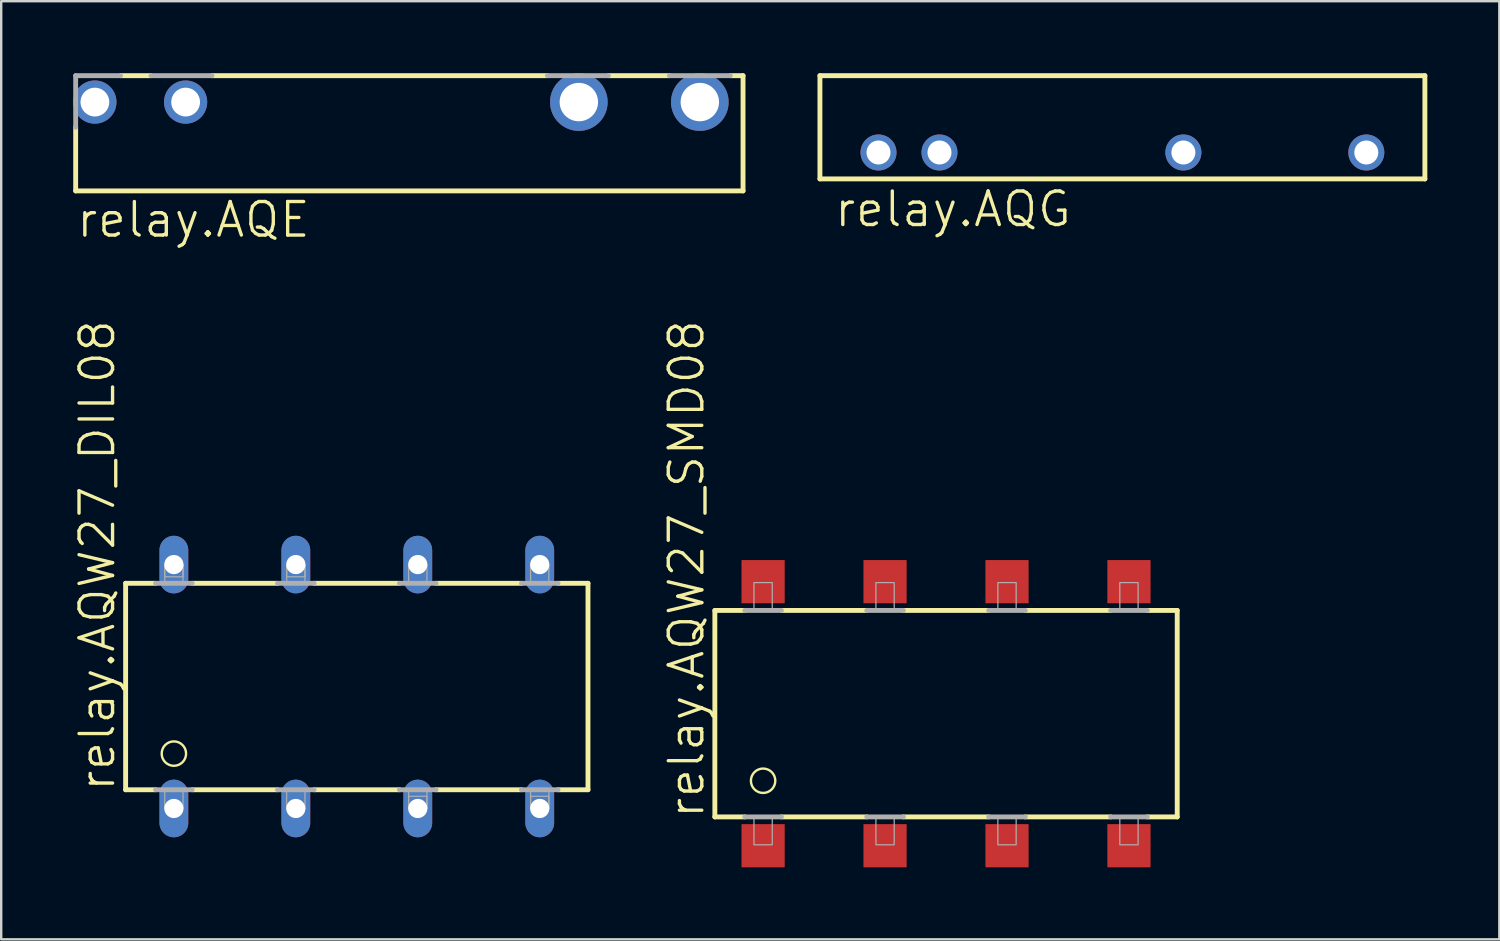
<source format=kicad_pcb>
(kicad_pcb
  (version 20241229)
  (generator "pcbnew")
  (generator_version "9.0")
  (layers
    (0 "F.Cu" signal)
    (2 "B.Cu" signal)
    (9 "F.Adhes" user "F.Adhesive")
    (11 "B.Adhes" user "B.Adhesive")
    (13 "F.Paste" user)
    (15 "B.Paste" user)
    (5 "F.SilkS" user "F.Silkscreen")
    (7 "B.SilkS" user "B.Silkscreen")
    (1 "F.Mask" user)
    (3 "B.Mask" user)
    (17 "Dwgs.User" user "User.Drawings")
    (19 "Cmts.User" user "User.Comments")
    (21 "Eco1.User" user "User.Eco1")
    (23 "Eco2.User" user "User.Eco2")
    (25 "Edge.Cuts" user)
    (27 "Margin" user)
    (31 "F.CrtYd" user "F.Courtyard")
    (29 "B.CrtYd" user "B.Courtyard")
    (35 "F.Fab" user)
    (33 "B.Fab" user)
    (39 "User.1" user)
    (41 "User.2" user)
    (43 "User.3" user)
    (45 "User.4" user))
  (footprint "relay.AQE"
    (layer "F.Cu")
    (at 13.402 2.472)
    (property "Reference" "relay.AQE" (at -13.342 4.447 0) (layer "F.SilkS") (effects (font (size 1.397 1.397) (thickness 0.14)) (justify left bottom)))
    (attr through_hole)
    (fp_line (start -13.3 2.43) (end -13.3 -0.22) (stroke (width 0.203) (type default)) (layer "F.SilkS"))
    (fp_line (start -11.43 -2.37) (end -10.16 -2.37) (stroke (width 0.203) (type default)) (layer "F.SilkS"))
    (fp_line (start -7.62 -2.37) (end 6.35 -2.37) (stroke (width 0.203) (type default)) (layer "F.SilkS"))
    (fp_line (start 8.89 -2.37) (end 11.43 -2.37) (stroke (width 0.203) (type default)) (layer "F.SilkS"))
    (fp_line (start 13.97 -2.37) (end 14.5 -2.37) (stroke (width 0.203) (type default)) (layer "F.SilkS"))
    (fp_line (start 14.5 -2.37) (end 14.5 2.43) (stroke (width 0.203) (type default)) (layer "F.SilkS"))
    (fp_line (start 14.5 2.43) (end -13.3 2.43) (stroke (width 0.203) (type default)) (layer "F.SilkS"))
    (fp_line (start -13.3 -2.37) (end -11.43 -2.37) (stroke (width 0.203) (type default)) (layer "F.Fab"))
    (fp_line (start -13.3 -0.22) (end -13.3 -2.37) (stroke (width 0.203) (type default)) (layer "F.Fab"))
    (fp_line (start -10.16 -2.37) (end -7.62 -2.37) (stroke (width 0.203) (type default)) (layer "F.Fab"))
    (fp_line (start 6.35 -2.37) (end 8.89 -2.37) (stroke (width 0.203) (type default)) (layer "F.Fab"))
    (fp_line (start 11.43 -2.37) (end 13.97 -2.37) (stroke (width 0.203) (type default)) (layer "F.Fab"))
    (pad "3+" thru_hole circle (at 7.66 -1.27) (size 2.4 2.4) (drill 1.6) (layers "*.Cu" "*.Mask"))
    (pad "4-" thru_hole circle (at 12.7 -1.27) (size 2.4 2.4) (drill 1.6) (layers "*.Cu" "*.Mask"))
    (pad "I+" thru_hole circle (at -8.72 -1.27) (size 1.8 1.8) (drill 1.2) (layers "*.Cu" "*.Mask"))
    (pad "I-" thru_hole circle (at -12.5 -1.27) (size 1.8 1.8) (drill 1.2) (layers "*.Cu" "*.Mask")))
  (footprint "relay.AQW27_SMD08"
    (layer "F.Cu")
    (at 36.358 26.679)
    (property "Reference" "relay.AQW27_SMD08" (at -9.996 4.445 90) (layer "F.SilkS") (effects (font (size 1.397 1.397) (thickness 0.14)) (justify left bottom)))
    (attr smd)
    (fp_line (start -9.63 -4.3) (end -8.382 -4.3) (stroke (width 0.203) (type default)) (layer "F.SilkS"))
    (fp_line (start -9.63 4.3) (end -9.63 -4.3) (stroke (width 0.203) (type default)) (layer "F.SilkS"))
    (fp_line (start -8.382 4.3) (end -9.63 4.3) (stroke (width 0.203) (type default)) (layer "F.SilkS"))
    (fp_line (start -6.858 -4.3) (end -3.302 -4.3) (stroke (width 0.203) (type default)) (layer "F.SilkS"))
    (fp_line (start -3.302 4.3) (end -6.858 4.3) (stroke (width 0.203) (type default)) (layer "F.SilkS"))
    (fp_line (start -1.778 -4.3) (end 1.778 -4.3) (stroke (width 0.203) (type default)) (layer "F.SilkS"))
    (fp_line (start 1.778 4.3) (end -1.778 4.3) (stroke (width 0.203) (type default)) (layer "F.SilkS"))
    (fp_line (start 3.302 -4.3) (end 6.858 -4.3) (stroke (width 0.203) (type default)) (layer "F.SilkS"))
    (fp_line (start 6.858 4.3) (end 3.302 4.3) (stroke (width 0.203) (type default)) (layer "F.SilkS"))
    (fp_line (start 8.382 -4.3) (end 9.63 -4.3) (stroke (width 0.203) (type default)) (layer "F.SilkS"))
    (fp_line (start 9.63 -4.3) (end 9.63 4.3) (stroke (width 0.203) (type default)) (layer "F.SilkS"))
    (fp_line (start 9.63 4.3) (end 8.382 4.3) (stroke (width 0.203) (type default)) (layer "F.SilkS"))
    (fp_circle (center -7.62 2.794) (end -7.112 2.794) (stroke (width 0.1) (type default)) (fill no) (layer "F.SilkS"))
    (fp_line (start -8.382 -4.3) (end -6.858 -4.3) (stroke (width 0.203) (type default)) (layer "F.Fab"))
    (fp_line (start -6.858 4.3) (end -8.382 4.3) (stroke (width 0.203) (type default)) (layer "F.Fab"))
    (fp_line (start -3.302 -4.3) (end -1.778 -4.3) (stroke (width 0.203) (type default)) (layer "F.Fab"))
    (fp_line (start -1.778 4.3) (end -3.302 4.3) (stroke (width 0.203) (type default)) (layer "F.Fab"))
    (fp_line (start 1.778 -4.3) (end 3.302 -4.3) (stroke (width 0.203) (type default)) (layer "F.Fab"))
    (fp_line (start 3.302 4.3) (end 1.778 4.3) (stroke (width 0.203) (type default)) (layer "F.Fab"))
    (fp_line (start 6.858 -4.3) (end 8.382 -4.3) (stroke (width 0.203) (type default)) (layer "F.Fab"))
    (fp_line (start 8.382 4.3) (end 6.858 4.3) (stroke (width 0.203) (type default)) (layer "F.Fab"))
    (fp_rect (start -8.001 -4.318) (end -7.239 -5.461) (stroke (width 0.05) (type default)) (fill no) (layer "F.Fab"))
    (fp_rect (start -8.001 5.461) (end -7.239 4.318) (stroke (width 0.05) (type default)) (fill no) (layer "F.Fab"))
    (fp_rect (start -2.921 -4.318) (end -2.159 -5.461) (stroke (width 0.05) (type default)) (fill no) (layer "F.Fab"))
    (fp_rect (start -2.921 5.461) (end -2.159 4.318) (stroke (width 0.05) (type default)) (fill no) (layer "F.Fab"))
    (fp_rect (start 2.159 -4.318) (end 2.921 -5.461) (stroke (width 0.05) (type default)) (fill no) (layer "F.Fab"))
    (fp_rect (start 2.159 5.461) (end 2.921 4.318) (stroke (width 0.05) (type default)) (fill no) (layer "F.Fab"))
    (fp_rect (start 7.239 -4.318) (end 8.001 -5.461) (stroke (width 0.05) (type default)) (fill no) (layer "F.Fab"))
    (fp_rect (start 7.239 5.461) (end 8.001 4.318) (stroke (width 0.05) (type default)) (fill no) (layer "F.Fab"))
    (pad "1" smd roundrect (at -7.62 5.5) (size 1.8 1.8) (layers "F.Cu" "F.Mask" "F.Paste") (roundrect_rratio 0.01))
    (pad "2" smd roundrect (at -2.54 5.5) (size 1.8 1.8) (layers "F.Cu" "F.Mask" "F.Paste") (roundrect_rratio 0.01))
    (pad "3" smd roundrect (at 2.54 5.5) (size 1.8 1.8) (layers "F.Cu" "F.Mask" "F.Paste") (roundrect_rratio 0.01))
    (pad "4" smd roundrect (at 7.62 5.5) (size 1.8 1.8) (layers "F.Cu" "F.Mask" "F.Paste") (roundrect_rratio 0.01))
    (pad "5" smd roundrect (at 7.62 -5.5) (size 1.8 1.8) (layers "F.Cu" "F.Mask" "F.Paste") (roundrect_rratio 0.01))
    (pad "6" smd roundrect (at 2.54 -5.5) (size 1.8 1.8) (layers "F.Cu" "F.Mask" "F.Paste") (roundrect_rratio 0.01))
    (pad "7" smd roundrect (at -2.54 -5.5) (size 1.8 1.8) (layers "F.Cu" "F.Mask" "F.Paste") (roundrect_rratio 0.01))
    (pad "8" smd roundrect (at -7.62 -5.5) (size 1.8 1.8) (layers "F.Cu" "F.Mask" "F.Paste") (roundrect_rratio 0.01)))
  (footprint "relay.AQW27_DIL08"
    (layer "F.Cu")
    (at 11.813 25.548)
    (property "Reference" "relay.AQW27_DIL08" (at -9.996 4.445 90) (layer "F.SilkS") (effects (font (size 1.397 1.397) (thickness 0.14)) (justify left bottom)))
    (attr through_hole)
    (fp_line (start -9.63 -4.3) (end -8.382 -4.3) (stroke (width 0.203) (type default)) (layer "F.SilkS"))
    (fp_line (start -9.63 4.3) (end -9.63 -4.3) (stroke (width 0.203) (type default)) (layer "F.SilkS"))
    (fp_line (start -8.382 4.3) (end -9.63 4.3) (stroke (width 0.203) (type default)) (layer "F.SilkS"))
    (fp_line (start -6.858 -4.3) (end -3.302 -4.3) (stroke (width 0.203) (type default)) (layer "F.SilkS"))
    (fp_line (start -3.302 4.3) (end -6.858 4.3) (stroke (width 0.203) (type default)) (layer "F.SilkS"))
    (fp_line (start -1.778 -4.3) (end 1.778 -4.3) (stroke (width 0.203) (type default)) (layer "F.SilkS"))
    (fp_line (start 1.778 4.3) (end -1.778 4.3) (stroke (width 0.203) (type default)) (layer "F.SilkS"))
    (fp_line (start 3.302 -4.3) (end 6.858 -4.3) (stroke (width 0.203) (type default)) (layer "F.SilkS"))
    (fp_line (start 6.858 4.3) (end 3.302 4.3) (stroke (width 0.203) (type default)) (layer "F.SilkS"))
    (fp_line (start 8.382 -4.3) (end 9.63 -4.3) (stroke (width 0.203) (type default)) (layer "F.SilkS"))
    (fp_line (start 9.63 -4.3) (end 9.63 4.3) (stroke (width 0.203) (type default)) (layer "F.SilkS"))
    (fp_line (start 9.63 4.3) (end 8.382 4.3) (stroke (width 0.203) (type default)) (layer "F.SilkS"))
    (fp_circle (center -7.62 2.794) (end -7.112 2.794) (stroke (width 0.1) (type default)) (fill no) (layer "F.SilkS"))
    (fp_line (start -8.382 -4.3) (end -6.858 -4.3) (stroke (width 0.203) (type default)) (layer "F.Fab"))
    (fp_line (start -6.858 4.3) (end -8.382 4.3) (stroke (width 0.203) (type default)) (layer "F.Fab"))
    (fp_line (start -3.302 -4.3) (end -1.778 -4.3) (stroke (width 0.203) (type default)) (layer "F.Fab"))
    (fp_line (start -1.778 4.3) (end -3.302 4.3) (stroke (width 0.203) (type default)) (layer "F.Fab"))
    (fp_line (start 1.778 -4.3) (end 3.302 -4.3) (stroke (width 0.203) (type default)) (layer "F.Fab"))
    (fp_line (start 3.302 4.3) (end 1.778 4.3) (stroke (width 0.203) (type default)) (layer "F.Fab"))
    (fp_line (start 6.858 -4.3) (end 8.382 -4.3) (stroke (width 0.203) (type default)) (layer "F.Fab"))
    (fp_line (start 8.382 4.3) (end 6.858 4.3) (stroke (width 0.203) (type default)) (layer "F.Fab"))
    (fp_rect (start -8.001 -4.572) (end -7.239 -5.08) (stroke (width 0.05) (type default)) (fill no) (layer "F.Fab"))
    (fp_rect (start -8.001 -4.318) (end -7.239 -5.08) (stroke (width 0.05) (type default)) (fill no) (layer "F.Fab"))
    (fp_rect (start -8.001 5.08) (end -7.239 4.318) (stroke (width 0.05) (type default)) (fill no) (layer "F.Fab"))
    (fp_rect (start -2.921 -4.572) (end -2.159 -5.08) (stroke (width 0.05) (type default)) (fill no) (layer "F.Fab"))
    (fp_rect (start -2.921 -4.318) (end -2.159 -5.08) (stroke (width 0.05) (type default)) (fill no) (layer "F.Fab"))
    (fp_rect (start -2.921 5.08) (end -2.159 4.318) (stroke (width 0.05) (type default)) (fill no) (layer "F.Fab"))
    (fp_rect (start 2.159 -4.318) (end 2.921 -5.08) (stroke (width 0.05) (type default)) (fill no) (layer "F.Fab"))
    (fp_rect (start 2.159 5.08) (end 2.921 4.318) (stroke (width 0.05) (type default)) (fill no) (layer "F.Fab"))
    (fp_rect (start 2.159 5.08) (end 2.921 4.572) (stroke (width 0.05) (type default)) (fill no) (layer "F.Fab"))
    (fp_rect (start 7.239 -4.318) (end 8.001 -5.08) (stroke (width 0.05) (type default)) (fill no) (layer "F.Fab"))
    (fp_rect (start 7.239 5.08) (end 8.001 4.318) (stroke (width 0.05) (type default)) (fill no) (layer "F.Fab"))
    (fp_rect (start 7.239 5.08) (end 8.001 4.572) (stroke (width 0.05) (type default)) (fill no) (layer "F.Fab"))
    (pad "1" thru_hole oval (at -7.62 5.08 90) (size 2.4 1.2) (drill 0.8) (layers "*.Cu" "*.Mask"))
    (pad "2" thru_hole oval (at -2.54 5.08 90) (size 2.4 1.2) (drill 0.8) (layers "*.Cu" "*.Mask"))
    (pad "3" thru_hole oval (at 2.54 5.08 90) (size 2.4 1.2) (drill 0.8) (layers "*.Cu" "*.Mask"))
    (pad "4" thru_hole oval (at 7.62 5.08 90) (size 2.4 1.2) (drill 0.8) (layers "*.Cu" "*.Mask"))
    (pad "5" thru_hole oval (at 7.62 -5.08 90) (size 2.4 1.2) (drill 0.8) (layers "*.Cu" "*.Mask"))
    (pad "6" thru_hole oval (at 2.54 -5.08 90) (size 2.4 1.2) (drill 0.8) (layers "*.Cu" "*.Mask"))
    (pad "7" thru_hole oval (at -2.54 -5.08 90) (size 2.4 1.2) (drill 0.8) (layers "*.Cu" "*.Mask"))
    (pad "8" thru_hole oval (at -7.62 -5.08 90) (size 2.4 1.2) (drill 0.8) (layers "*.Cu" "*.Mask")))
  (footprint "relay.AQG"
    (layer "F.Cu")
    (at 43.705 3.302)
    (property "Reference" "relay.AQG" (at -12.072 3.178 0) (layer "F.SilkS") (effects (font (size 1.397 1.397) (thickness 0.14)) (justify left bottom)))
    (attr through_hole)
    (fp_line (start -12.6 -3.2) (end 12.6 -3.2) (stroke (width 0.203) (type default)) (layer "F.SilkS"))
    (fp_line (start -12.6 1.1) (end -12.6 -3.2) (stroke (width 0.203) (type default)) (layer "F.SilkS"))
    (fp_line (start 12.6 -3.2) (end 12.6 1.1) (stroke (width 0.203) (type default)) (layer "F.SilkS"))
    (fp_line (start 12.6 1.1) (end -12.6 1.1) (stroke (width 0.203) (type default)) (layer "F.SilkS"))
    (pad "+" thru_hole circle (at -7.62 0) (size 1.5 1.5) (drill 1) (layers "*.Cu" "*.Mask"))
    (pad "-" thru_hole circle (at -10.16 0) (size 1.5 1.5) (drill 1) (layers "*.Cu" "*.Mask"))
    (pad "O1" thru_hole circle (at 2.54 0) (size 1.5 1.5) (drill 1) (layers "*.Cu" "*.Mask"))
    (pad "O2" thru_hole circle (at 10.16 0) (size 1.5 1.5) (drill 1) (layers "*.Cu" "*.Mask")))
  (gr_rect
    (start -3 -3)
    (end 59.406 36.079)
    (stroke (width 0.1) (type default))
    (fill no)
    (layer "Edge.Cuts")))
</source>
